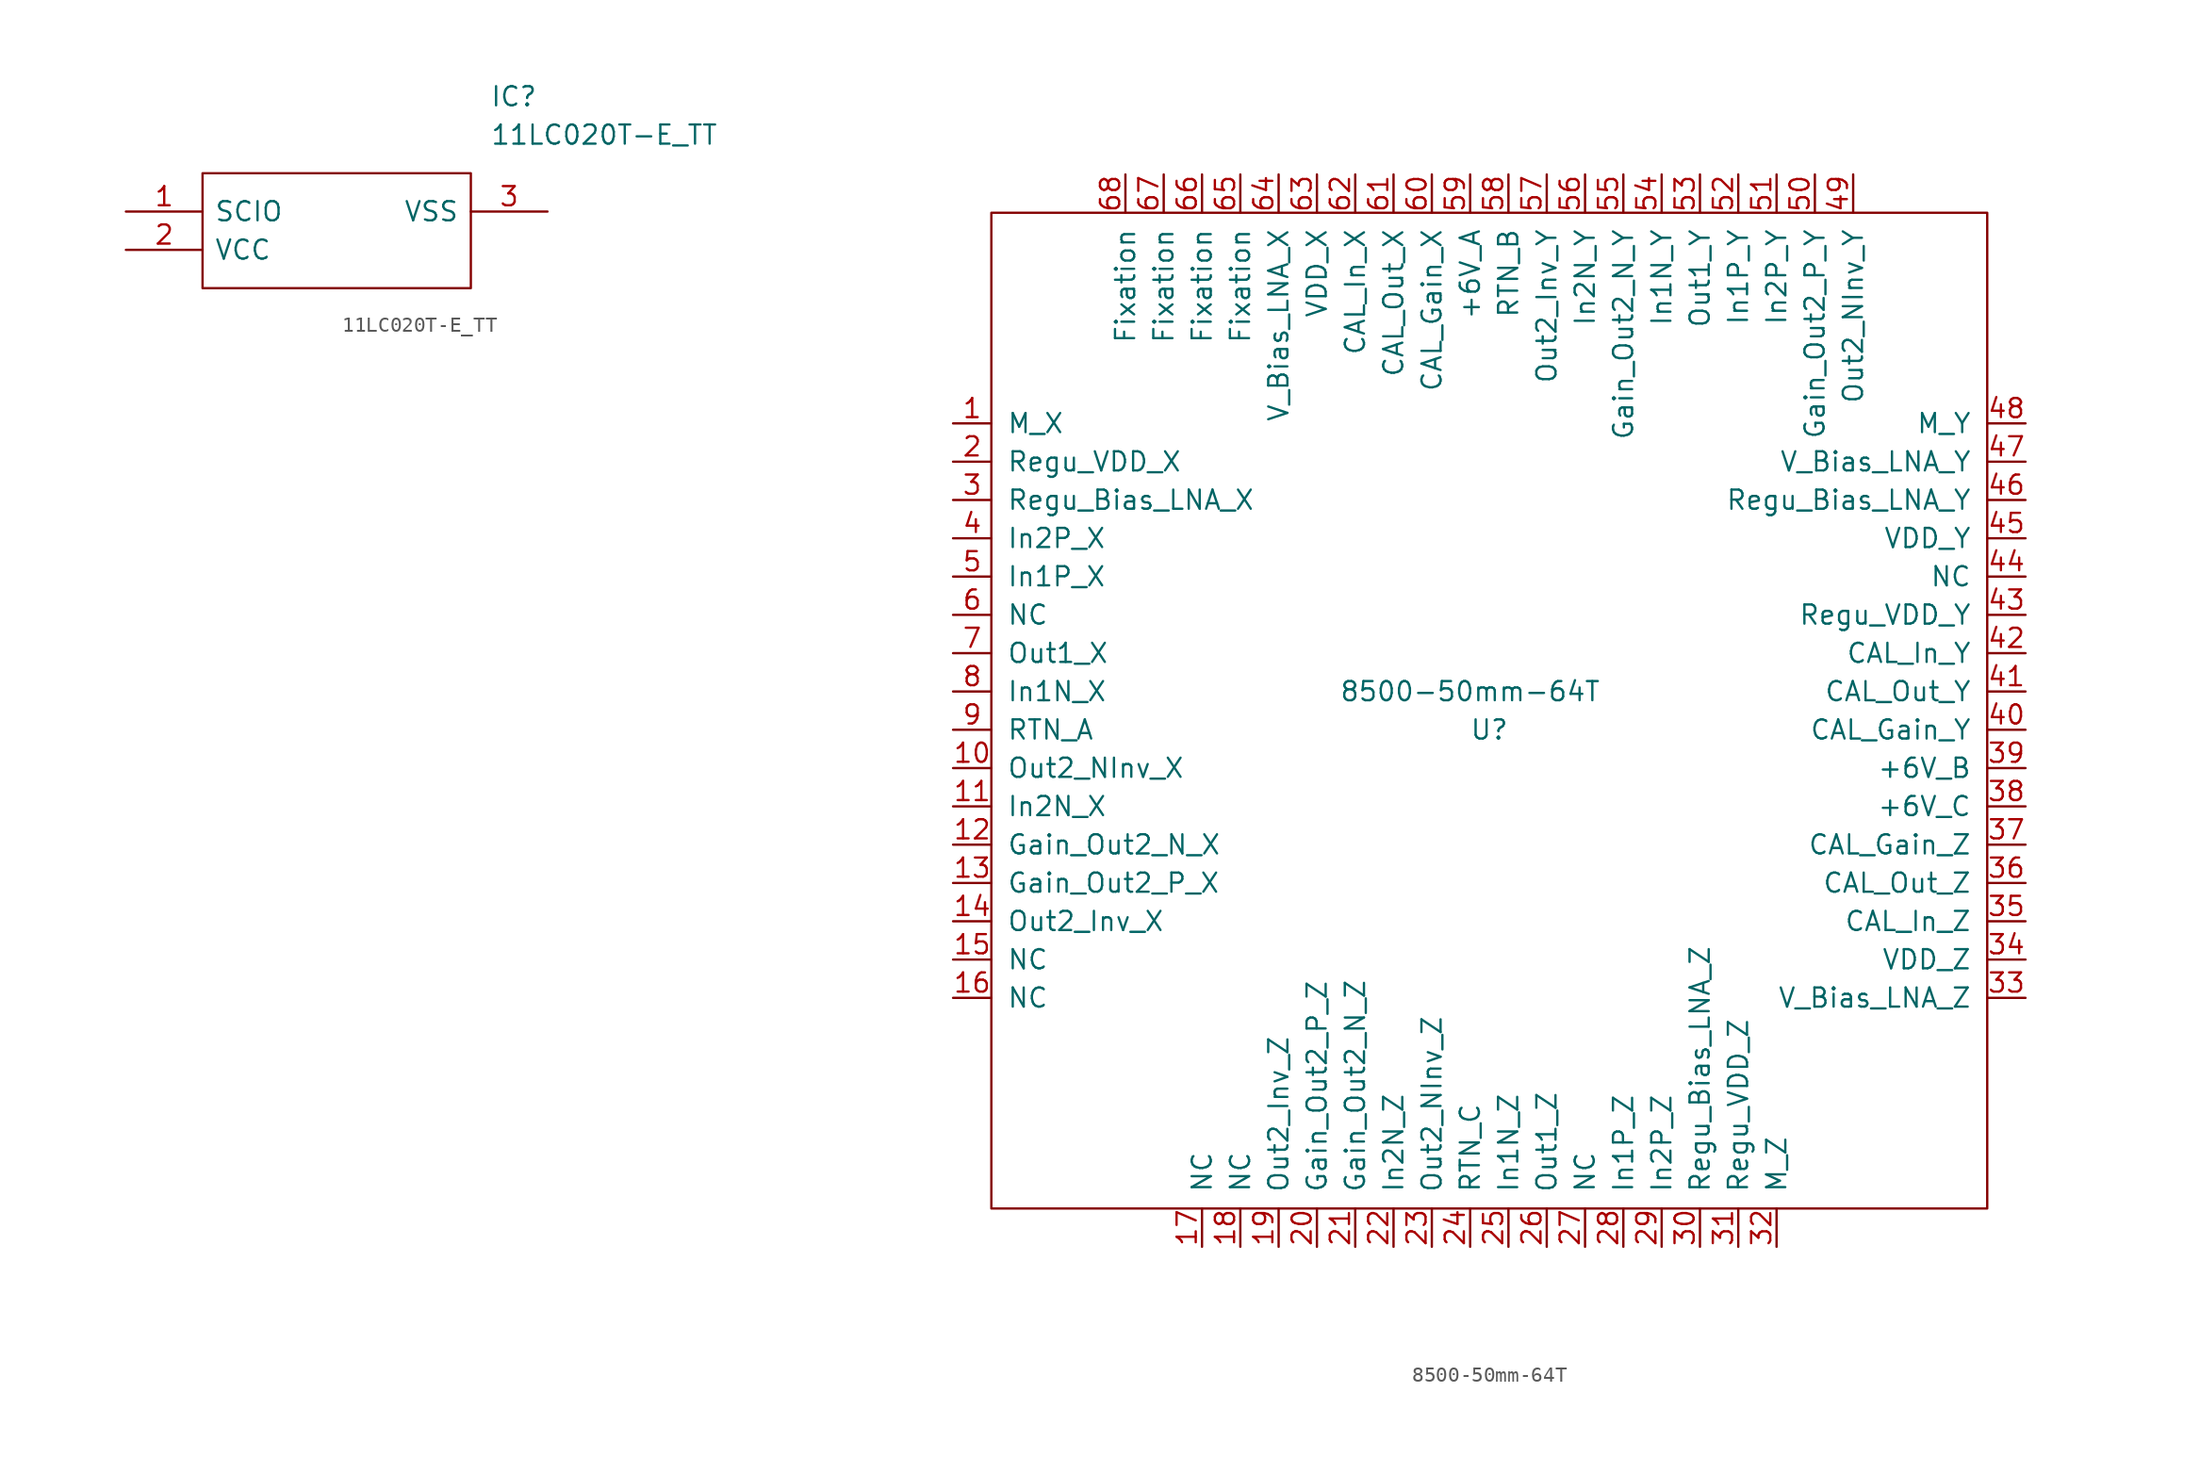
<source format=kicad_sym>
(kicad_symbol_lib
  (version 20211014)
  (generator kicad_symbol_editor)
  (symbol "11LC020T-E_TT"
    (pin_names
      (offset 0.762))
    (property "Reference" "IC"
      (at 24.13 7.62 0)
      (effects (font (size 1.27 1.27)) (justify left)))
    (property "Value" "11LC020T-E_TT"
      (at 24.13 5.08 0)
      (effects (font (size 1.27 1.27)) (justify left)))
    (symbol "11LC020T-E_TT_0_0"
      (pin bidirectional line (at 0 0 0) (length 5.08) (name "SCIO" (effects (font (size 1.27 1.27)))) (number "1" (effects (font (size 1.27 1.27)))))
      (pin bidirectional line (at 0 -2.54 0) (length 5.08) (name "VCC" (effects (font (size 1.27 1.27)))) (number "2" (effects (font (size 1.27 1.27)))))
      (pin bidirectional line (at 27.94 0 180) (length 5.08) (name "VSS" (effects (font (size 1.27 1.27)))) (number "3" (effects (font (size 1.27 1.27))))))
    (symbol "11LC020T-E_TT_0_1"
      (polyline (pts (xy 5.08 2.54) (xy 22.86 2.54) (xy 22.86 -5.08) (xy 5.08 -5.08) (xy 5.08 2.54)) (stroke (width 0.152) (type default) (color 0 0 0 0)) (fill (type none)))))
  (symbol "8500-50mm-64T"
    (pin_names
      (offset 1.016))
    (property "Reference" "U"
      (at 0 -1.27 0)
      (effects (font (size 1.27 1.27))))
    (property "Value" "8500-50mm-64T"
      (at -1.27 1.27 0)
      (effects (font (size 1.27 1.27))))
    (symbol "8500-50mm-64T_0_1"
      (rectangle (start 33.02 33.02) (end -33.02 -33.02) (stroke (width 0) (type default) (color 0 0 0 0)) (fill (type none))))
    (symbol "8500-50mm-64T_1_1"
      (pin unspecified line (at -35.56 19.05 0) (length 2.54) (name "M_X" (effects (font (size 1.27 1.27)))) (number "1" (effects (font (size 1.27 1.27)))))
      (pin unspecified line (at -35.56 -3.81 0) (length 2.54) (name "Out2_NInv_X" (effects (font (size 1.27 1.27)))) (number "10" (effects (font (size 1.27 1.27)))))
      (pin unspecified line (at -35.56 -6.35 0) (length 2.54) (name "In2N_X" (effects (font (size 1.27 1.27)))) (number "11" (effects (font (size 1.27 1.27)))))
      (pin unspecified line (at -35.56 -8.89 0) (length 2.54) (name "Gain_Out2_N_X" (effects (font (size 1.27 1.27)))) (number "12" (effects (font (size 1.27 1.27)))))
      (pin unspecified line (at -35.56 -11.43 0) (length 2.54) (name "Gain_Out2_P_X" (effects (font (size 1.27 1.27)))) (number "13" (effects (font (size 1.27 1.27)))))
      (pin unspecified line (at -35.56 -13.97 0) (length 2.54) (name "Out2_Inv_X" (effects (font (size 1.27 1.27)))) (number "14" (effects (font (size 1.27 1.27)))))
      (pin power_in line (at -35.56 -16.51 0) (length 2.54) (name "NC" (effects (font (size 1.27 1.27)))) (number "15" (effects (font (size 1.27 1.27)))))
      (pin power_in line (at -35.56 -19.05 0) (length 2.54) (name "NC" (effects (font (size 1.27 1.27)))) (number "16" (effects (font (size 1.27 1.27)))))
      (pin power_in line (at -19.05 -35.56 90) (length 2.54) (name "NC" (effects (font (size 1.27 1.27)))) (number "17" (effects (font (size 1.27 1.27)))))
      (pin power_in line (at -16.51 -35.56 90) (length 2.54) (name "NC" (effects (font (size 1.27 1.27)))) (number "18" (effects (font (size 1.27 1.27)))))
      (pin unspecified line (at -13.97 -35.56 90) (length 2.54) (name "Out2_Inv_Z" (effects (font (size 1.27 1.27)))) (number "19" (effects (font (size 1.27 1.27)))))
      (pin unspecified line (at -35.56 16.51 0) (length 2.54) (name "Regu_VDD_X" (effects (font (size 1.27 1.27)))) (number "2" (effects (font (size 1.27 1.27)))))
      (pin unspecified line (at -11.43 -35.56 90) (length 2.54) (name "Gain_Out2_P_Z" (effects (font (size 1.27 1.27)))) (number "20" (effects (font (size 1.27 1.27)))))
      (pin unspecified line (at -8.89 -35.56 90) (length 2.54) (name "Gain_Out2_N_Z" (effects (font (size 1.27 1.27)))) (number "21" (effects (font (size 1.27 1.27)))))
      (pin unspecified line (at -6.35 -35.56 90) (length 2.54) (name "In2N_Z" (effects (font (size 1.27 1.27)))) (number "22" (effects (font (size 1.27 1.27)))))
      (pin unspecified line (at -3.81 -35.56 90) (length 2.54) (name "Out2_NInv_Z" (effects (font (size 1.27 1.27)))) (number "23" (effects (font (size 1.27 1.27)))))
      (pin power_in line (at -1.27 -35.56 90) (length 2.54) (name "RTN_C" (effects (font (size 1.27 1.27)))) (number "24" (effects (font (size 1.27 1.27)))))
      (pin unspecified line (at 1.27 -35.56 90) (length 2.54) (name "In1N_Z" (effects (font (size 1.27 1.27)))) (number "25" (effects (font (size 1.27 1.27)))))
      (pin unspecified line (at 3.81 -35.56 90) (length 2.54) (name "Out1_Z" (effects (font (size 1.27 1.27)))) (number "26" (effects (font (size 1.27 1.27)))))
      (pin power_in line (at 6.35 -35.56 90) (length 2.54) (name "NC" (effects (font (size 1.27 1.27)))) (number "27" (effects (font (size 1.27 1.27)))))
      (pin unspecified line (at 8.89 -35.56 90) (length 2.54) (name "In1P_Z" (effects (font (size 1.27 1.27)))) (number "28" (effects (font (size 1.27 1.27)))))
      (pin unspecified line (at 11.43 -35.56 90) (length 2.54) (name "In2P_Z" (effects (font (size 1.27 1.27)))) (number "29" (effects (font (size 1.27 1.27)))))
      (pin unspecified line (at -35.56 13.97 0) (length 2.54) (name "Regu_Bias_LNA_X" (effects (font (size 1.27 1.27)))) (number "3" (effects (font (size 1.27 1.27)))))
      (pin unspecified line (at 13.97 -35.56 90) (length 2.54) (name "Regu_Bias_LNA_Z" (effects (font (size 1.27 1.27)))) (number "30" (effects (font (size 1.27 1.27)))))
      (pin unspecified line (at 16.51 -35.56 90) (length 2.54) (name "Regu_VDD_Z" (effects (font (size 1.27 1.27)))) (number "31" (effects (font (size 1.27 1.27)))))
      (pin unspecified line (at 19.05 -35.56 90) (length 2.54) (name "M_Z" (effects (font (size 1.27 1.27)))) (number "32" (effects (font (size 1.27 1.27)))))
      (pin unspecified line (at 35.56 -19.05 180) (length 2.54) (name "V_Bias_LNA_Z" (effects (font (size 1.27 1.27)))) (number "33" (effects (font (size 1.27 1.27)))))
      (pin unspecified line (at 35.56 -16.51 180) (length 2.54) (name "VDD_Z" (effects (font (size 1.27 1.27)))) (number "34" (effects (font (size 1.27 1.27)))))
      (pin unspecified line (at 35.56 -13.97 180) (length 2.54) (name "CAL_In_Z" (effects (font (size 1.27 1.27)))) (number "35" (effects (font (size 1.27 1.27)))))
      (pin unspecified line (at 35.56 -11.43 180) (length 2.54) (name "CAL_Out_Z" (effects (font (size 1.27 1.27)))) (number "36" (effects (font (size 1.27 1.27)))))
      (pin unspecified line (at 35.56 -8.89 180) (length 2.54) (name "CAL_Gain_Z" (effects (font (size 1.27 1.27)))) (number "37" (effects (font (size 1.27 1.27)))))
      (pin power_in line (at 35.56 -6.35 180) (length 2.54) (name "+6V_C" (effects (font (size 1.27 1.27)))) (number "38" (effects (font (size 1.27 1.27)))))
      (pin power_in line (at 35.56 -3.81 180) (length 2.54) (name "+6V_B" (effects (font (size 1.27 1.27)))) (number "39" (effects (font (size 1.27 1.27)))))
      (pin unspecified line (at -35.56 11.43 0) (length 2.54) (name "In2P_X" (effects (font (size 1.27 1.27)))) (number "4" (effects (font (size 1.27 1.27)))))
      (pin unspecified line (at 35.56 -1.27 180) (length 2.54) (name "CAL_Gain_Y" (effects (font (size 1.27 1.27)))) (number "40" (effects (font (size 1.27 1.27)))))
      (pin unspecified line (at 35.56 1.27 180) (length 2.54) (name "CAL_Out_Y" (effects (font (size 1.27 1.27)))) (number "41" (effects (font (size 1.27 1.27)))))
      (pin unspecified line (at 35.56 3.81 180) (length 2.54) (name "CAL_In_Y" (effects (font (size 1.27 1.27)))) (number "42" (effects (font (size 1.27 1.27)))))
      (pin unspecified line (at 35.56 6.35 180) (length 2.54) (name "Regu_VDD_Y" (effects (font (size 1.27 1.27)))) (number "43" (effects (font (size 1.27 1.27)))))
      (pin power_in line (at 35.56 8.89 180) (length 2.54) (name "NC" (effects (font (size 1.27 1.27)))) (number "44" (effects (font (size 1.27 1.27)))))
      (pin unspecified line (at 35.56 11.43 180) (length 2.54) (name "VDD_Y" (effects (font (size 1.27 1.27)))) (number "45" (effects (font (size 1.27 1.27)))))
      (pin unspecified line (at 35.56 13.97 180) (length 2.54) (name "Regu_Bias_LNA_Y" (effects (font (size 1.27 1.27)))) (number "46" (effects (font (size 1.27 1.27)))))
      (pin unspecified line (at 35.56 16.51 180) (length 2.54) (name "V_Bias_LNA_Y" (effects (font (size 1.27 1.27)))) (number "47" (effects (font (size 1.27 1.27)))))
      (pin unspecified line (at 35.56 19.05 180) (length 2.54) (name "M_Y" (effects (font (size 1.27 1.27)))) (number "48" (effects (font (size 1.27 1.27)))))
      (pin unspecified line (at 24.13 35.56 270) (length 2.54) (name "Out2_NInv_Y" (effects (font (size 1.27 1.27)))) (number "49" (effects (font (size 1.27 1.27)))))
      (pin unspecified line (at -35.56 8.89 0) (length 2.54) (name "In1P_X" (effects (font (size 1.27 1.27)))) (number "5" (effects (font (size 1.27 1.27)))))
      (pin unspecified line (at 21.59 35.56 270) (length 2.54) (name "Gain_Out2_P_Y" (effects (font (size 1.27 1.27)))) (number "50" (effects (font (size 1.27 1.27)))))
      (pin unspecified line (at 19.05 35.56 270) (length 2.54) (name "In2P_Y" (effects (font (size 1.27 1.27)))) (number "51" (effects (font (size 1.27 1.27)))))
      (pin unspecified line (at 16.51 35.56 270) (length 2.54) (name "In1P_Y" (effects (font (size 1.27 1.27)))) (number "52" (effects (font (size 1.27 1.27)))))
      (pin unspecified line (at 13.97 35.56 270) (length 2.54) (name "Out1_Y" (effects (font (size 1.27 1.27)))) (number "53" (effects (font (size 1.27 1.27)))))
      (pin unspecified line (at 11.43 35.56 270) (length 2.54) (name "In1N_Y" (effects (font (size 1.27 1.27)))) (number "54" (effects (font (size 1.27 1.27)))))
      (pin unspecified line (at 8.89 35.56 270) (length 2.54) (name "Gain_Out2_N_Y" (effects (font (size 1.27 1.27)))) (number "55" (effects (font (size 1.27 1.27)))))
      (pin unspecified line (at 6.35 35.56 270) (length 2.54) (name "In2N_Y" (effects (font (size 1.27 1.27)))) (number "56" (effects (font (size 1.27 1.27)))))
      (pin unspecified line (at 3.81 35.56 270) (length 2.54) (name "Out2_Inv_Y" (effects (font (size 1.27 1.27)))) (number "57" (effects (font (size 1.27 1.27)))))
      (pin power_in line (at 1.27 35.56 270) (length 2.54) (name "RTN_B" (effects (font (size 1.27 1.27)))) (number "58" (effects (font (size 1.27 1.27)))))
      (pin power_in line (at -1.27 35.56 270) (length 2.54) (name "+6V_A" (effects (font (size 1.27 1.27)))) (number "59" (effects (font (size 1.27 1.27)))))
      (pin power_in line (at -35.56 6.35 0) (length 2.54) (name "NC" (effects (font (size 1.27 1.27)))) (number "6" (effects (font (size 1.27 1.27)))))
      (pin unspecified line (at -3.81 35.56 270) (length 2.54) (name "CAL_Gain_X" (effects (font (size 1.27 1.27)))) (number "60" (effects (font (size 1.27 1.27)))))
      (pin unspecified line (at -6.35 35.56 270) (length 2.54) (name "CAL_Out_X" (effects (font (size 1.27 1.27)))) (number "61" (effects (font (size 1.27 1.27)))))
      (pin unspecified line (at -8.89 35.56 270) (length 2.54) (name "CAL_In_X" (effects (font (size 1.27 1.27)))) (number "62" (effects (font (size 1.27 1.27)))))
      (pin unspecified line (at -11.43 35.56 270) (length 2.54) (name "VDD_X" (effects (font (size 1.27 1.27)))) (number "63" (effects (font (size 1.27 1.27)))))
      (pin unspecified line (at -13.97 35.56 270) (length 2.54) (name "V_Bias_LNA_X" (effects (font (size 1.27 1.27)))) (number "64" (effects (font (size 1.27 1.27)))))
      (pin power_in line (at -16.51 35.56 270) (length 2.54) (name "Fixation" (effects (font (size 1.27 1.27)))) (number "65" (effects (font (size 1.27 1.27)))))
      (pin power_in line (at -19.05 35.56 270) (length 2.54) (name "Fixation" (effects (font (size 1.27 1.27)))) (number "66" (effects (font (size 1.27 1.27)))))
      (pin power_in line (at -21.59 35.56 270) (length 2.54) (name "Fixation" (effects (font (size 1.27 1.27)))) (number "67" (effects (font (size 1.27 1.27)))))
      (pin power_in line (at -24.13 35.56 270) (length 2.54) (name "Fixation" (effects (font (size 1.27 1.27)))) (number "68" (effects (font (size 1.27 1.27)))))
      (pin unspecified line (at -35.56 3.81 0) (length 2.54) (name "Out1_X" (effects (font (size 1.27 1.27)))) (number "7" (effects (font (size 1.27 1.27)))))
      (pin unspecified line (at -35.56 1.27 0) (length 2.54) (name "In1N_X" (effects (font (size 1.27 1.27)))) (number "8" (effects (font (size 1.27 1.27)))))
      (pin power_in line (at -35.56 -1.27 0) (length 2.54) (name "RTN_A" (effects (font (size 1.27 1.27)))) (number "9" (effects (font (size 1.27 1.27))))))))
</source>
